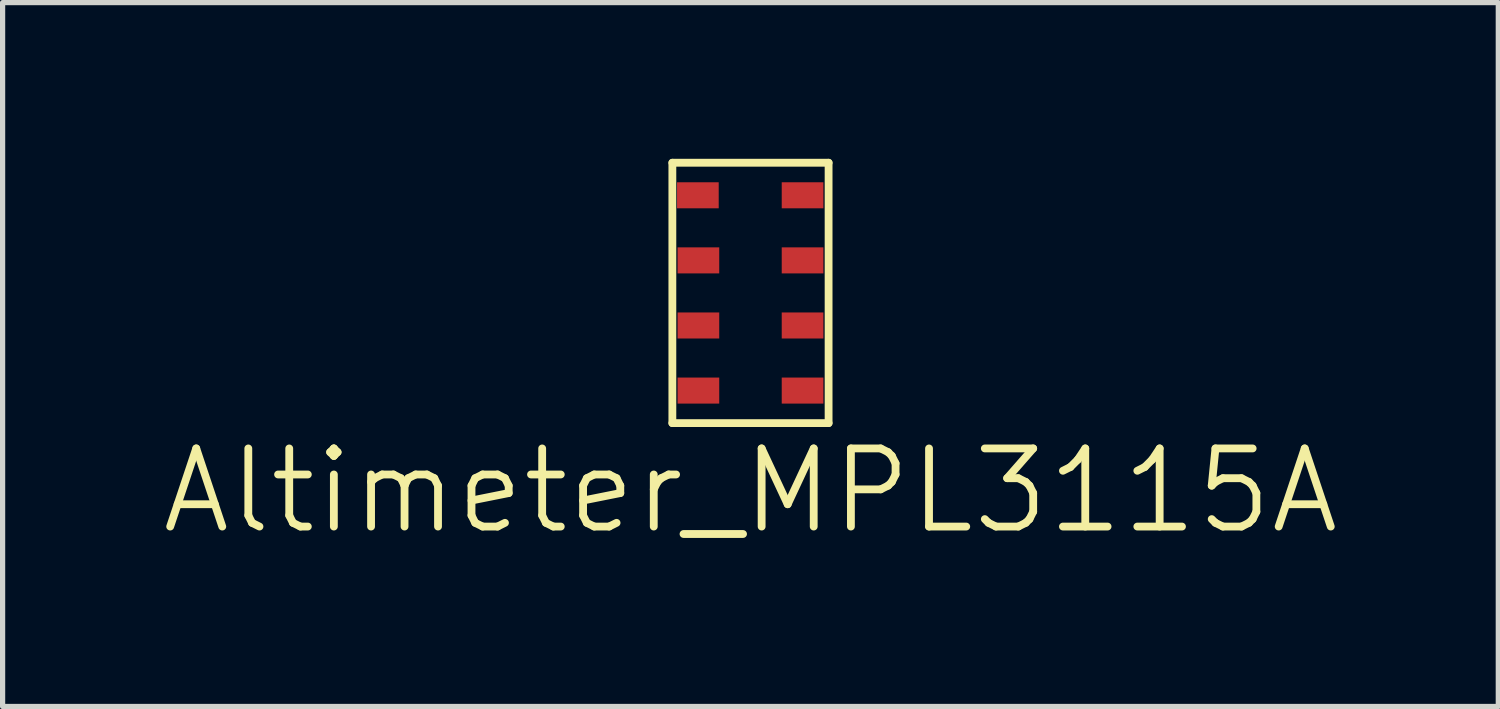
<source format=kicad_pcb>
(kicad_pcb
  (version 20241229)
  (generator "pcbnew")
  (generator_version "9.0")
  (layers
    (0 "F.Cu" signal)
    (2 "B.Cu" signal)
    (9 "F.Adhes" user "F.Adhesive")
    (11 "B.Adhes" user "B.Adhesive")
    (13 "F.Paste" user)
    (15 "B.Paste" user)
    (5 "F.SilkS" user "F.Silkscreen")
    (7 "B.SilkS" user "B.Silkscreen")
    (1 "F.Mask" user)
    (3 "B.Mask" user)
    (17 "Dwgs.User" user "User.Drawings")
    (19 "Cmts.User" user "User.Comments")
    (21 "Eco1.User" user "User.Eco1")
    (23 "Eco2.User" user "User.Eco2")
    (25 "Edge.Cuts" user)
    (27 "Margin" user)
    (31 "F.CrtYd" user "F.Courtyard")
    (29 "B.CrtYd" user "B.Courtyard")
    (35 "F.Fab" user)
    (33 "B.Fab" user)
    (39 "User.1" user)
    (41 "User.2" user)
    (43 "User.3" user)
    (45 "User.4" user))
  (footprint "Altimeter_MPL3115A"
    (layer "F.Cu")
    (at 11.361 2.575)
    (property "Reference" "Altimeter_MPL3115A" (at 0 3.8 0) (layer "F.SilkS") (effects (font (size 1.5 1.5) (thickness 0.15))))
    (attr through_hole)
    (fp_line (start -1.5 -2.5) (end 1.5 -2.5) (stroke (width 0.15) (type solid)) (layer "F.SilkS"))
    (fp_line (start -1.5 2.5) (end -1.5 -2.5) (stroke (width 0.15) (type solid)) (layer "F.SilkS"))
    (fp_line (start 1.5 -2.5) (end 1.5 2.5) (stroke (width 0.15) (type solid)) (layer "F.SilkS"))
    (fp_line (start 1.5 2.5) (end -1.5 2.5) (stroke (width 0.15) (type solid)) (layer "F.SilkS"))
    (pad "1" smd rect (at 1 -1.875) (size 0.8 0.5) (layers "F.Cu" "F.Mask" "F.Paste"))
    (pad "2" smd rect (at 1 -0.625) (size 0.8 0.5) (layers "F.Cu" "F.Mask" "F.Paste"))
    (pad "3" smd rect (at 1 0.625) (size 0.8 0.5) (layers "F.Cu" "F.Mask" "F.Paste"))
    (pad "4" smd rect (at 1 1.875) (size 0.8 0.5) (layers "F.Cu" "F.Mask" "F.Paste"))
    (pad "5" smd rect (at -1 1.875) (size 0.8 0.5) (layers "F.Cu" "F.Mask" "F.Paste"))
    (pad "6" smd rect (at -1 0.625) (size 0.8 0.5) (layers "F.Cu" "F.Mask" "F.Paste"))
    (pad "7" smd rect (at -1 -0.625) (size 0.8 0.5) (layers "F.Cu" "F.Mask" "F.Paste"))
    (pad "8" smd rect (at -1.01 -1.875) (size 0.8 0.5) (layers "F.Cu" "F.Mask" "F.Paste")))
  (gr_rect
    (start -3 -3)
    (end 25.721 10.516)
    (stroke (width 0.1) (type default))
    (fill no)
    (layer "Edge.Cuts")))
</source>
